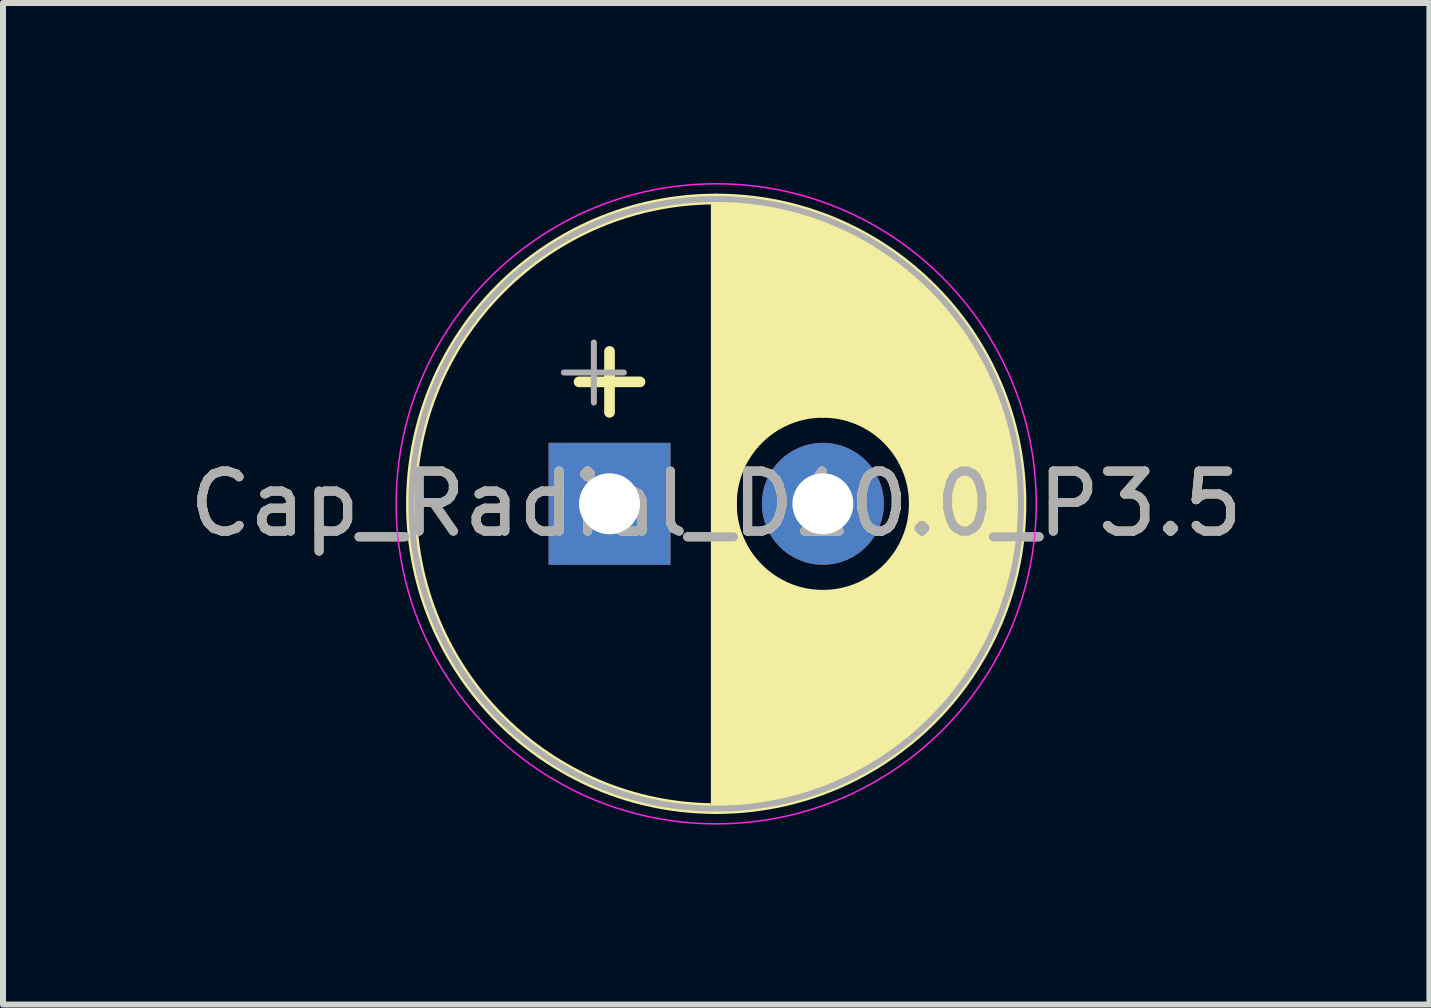
<source format=kicad_pcb>
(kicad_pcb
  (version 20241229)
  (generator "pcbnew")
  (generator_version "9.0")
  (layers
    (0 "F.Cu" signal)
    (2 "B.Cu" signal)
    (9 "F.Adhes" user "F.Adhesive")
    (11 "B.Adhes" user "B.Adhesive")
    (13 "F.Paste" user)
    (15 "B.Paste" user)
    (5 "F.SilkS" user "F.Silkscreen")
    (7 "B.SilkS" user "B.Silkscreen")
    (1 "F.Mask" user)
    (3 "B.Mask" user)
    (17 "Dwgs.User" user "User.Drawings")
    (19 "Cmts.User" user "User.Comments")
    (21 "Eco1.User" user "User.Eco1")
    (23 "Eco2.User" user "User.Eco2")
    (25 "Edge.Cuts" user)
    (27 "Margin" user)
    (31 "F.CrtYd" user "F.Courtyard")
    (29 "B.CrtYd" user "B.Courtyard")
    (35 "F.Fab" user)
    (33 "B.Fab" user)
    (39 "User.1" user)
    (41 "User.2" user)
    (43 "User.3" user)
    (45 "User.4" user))
  (footprint "Cap_Radial_D10.0_P3.5"
    (layer "F.Cu")
    (at 8.887 5.347)
    (property "Reference" "Cap_Radial_D10.0_P3.5" (at 0 0 0) (layer "F.SilkS") (effects (font (size 1 1) (thickness 0.15))))
    (fp_line (start -2.286 -2.032) (end -1.27 -2.032) (stroke (width 0.178) (type solid)) (layer "F.SilkS"))
    (fp_line (start -1.778 -2.54) (end -1.778 -1.524) (stroke (width 0.178) (type solid)) (layer "F.SilkS"))
    (fp_line (start 0 -5.08) (end 0 5.08) (stroke (width 0.178) (type solid)) (layer "F.SilkS"))
    (fp_line (start 0.127 -4.953) (end 0.127 4.953) (stroke (width 0.178) (type solid)) (layer "F.SilkS"))
    (fp_line (start 0.254 -4.953) (end 0.254 4.953) (stroke (width 0.178) (type solid)) (layer "F.SilkS"))
    (fp_line (start 0.381 -4.953) (end 0.381 -0.635) (stroke (width 0.178) (type solid)) (layer "F.SilkS"))
    (fp_line (start 0.381 0.762) (end 0.381 4.953) (stroke (width 0.178) (type solid)) (layer "F.SilkS"))
    (fp_line (start 0.508 -4.953) (end 0.508 -1.016) (stroke (width 0.178) (type solid)) (layer "F.SilkS"))
    (fp_line (start 0.508 1.016) (end 0.508 4.953) (stroke (width 0.178) (type solid)) (layer "F.SilkS"))
    (fp_line (start 0.635 -4.953) (end 0.635 -1.143) (stroke (width 0.178) (type solid)) (layer "F.SilkS"))
    (fp_line (start 0.635 1.143) (end 0.635 4.953) (stroke (width 0.178) (type solid)) (layer "F.SilkS"))
    (fp_line (start 0.762 -4.953) (end 0.762 -1.27) (stroke (width 0.178) (type solid)) (layer "F.SilkS"))
    (fp_line (start 0.762 1.143) (end 0.762 4.953) (stroke (width 0.178) (type solid)) (layer "F.SilkS"))
    (fp_line (start 0.889 -4.953) (end 0.889 -1.27) (stroke (width 0.178) (type solid)) (layer "F.SilkS"))
    (fp_line (start 0.889 1.27) (end 0.889 4.953) (stroke (width 0.178) (type solid)) (layer "F.SilkS"))
    (fp_line (start 1.016 -4.953) (end 1.016 -1.397) (stroke (width 0.178) (type solid)) (layer "F.SilkS"))
    (fp_line (start 1.016 1.397) (end 1.016 4.953) (stroke (width 0.178) (type solid)) (layer "F.SilkS"))
    (fp_line (start 1.143 -4.826) (end 1.143 -1.397) (stroke (width 0.178) (type solid)) (layer "F.SilkS"))
    (fp_line (start 1.143 1.524) (end 1.143 4.826) (stroke (width 0.178) (type solid)) (layer "F.SilkS"))
    (fp_line (start 1.27 -4.826) (end 1.27 -1.524) (stroke (width 0.178) (type solid)) (layer "F.SilkS"))
    (fp_line (start 1.27 1.524) (end 1.27 4.826) (stroke (width 0.178) (type solid)) (layer "F.SilkS"))
    (fp_line (start 1.397 -4.826) (end 1.397 -1.524) (stroke (width 0.178) (type solid)) (layer "F.SilkS"))
    (fp_line (start 1.397 1.524) (end 1.397 4.826) (stroke (width 0.178) (type solid)) (layer "F.SilkS"))
    (fp_line (start 1.524 -4.826) (end 1.524 -1.524) (stroke (width 0.178) (type solid)) (layer "F.SilkS"))
    (fp_line (start 1.524 1.524) (end 1.524 4.826) (stroke (width 0.178) (type solid)) (layer "F.SilkS"))
    (fp_line (start 1.651 -4.699) (end 1.651 -1.524) (stroke (width 0.178) (type solid)) (layer "F.SilkS"))
    (fp_line (start 1.651 1.524) (end 1.651 4.699) (stroke (width 0.178) (type solid)) (layer "F.SilkS"))
    (fp_line (start 1.778 -4.699) (end 1.778 -1.524) (stroke (width 0.178) (type solid)) (layer "F.SilkS"))
    (fp_line (start 1.778 1.524) (end 1.778 4.699) (stroke (width 0.178) (type solid)) (layer "F.SilkS"))
    (fp_line (start 1.905 -4.699) (end 1.905 -1.524) (stroke (width 0.178) (type solid)) (layer "F.SilkS"))
    (fp_line (start 1.905 1.524) (end 1.905 4.699) (stroke (width 0.178) (type solid)) (layer "F.SilkS"))
    (fp_line (start 2.032 -4.572) (end 2.032 -1.524) (stroke (width 0.178) (type solid)) (layer "F.SilkS"))
    (fp_line (start 2.032 1.524) (end 2.032 4.572) (stroke (width 0.178) (type solid)) (layer "F.SilkS"))
    (fp_line (start 2.159 -4.572) (end 2.159 -1.524) (stroke (width 0.178) (type solid)) (layer "F.SilkS"))
    (fp_line (start 2.159 1.524) (end 2.159 4.572) (stroke (width 0.178) (type solid)) (layer "F.SilkS"))
    (fp_line (start 2.286 -4.445) (end 2.286 -1.524) (stroke (width 0.178) (type solid)) (layer "F.SilkS"))
    (fp_line (start 2.286 1.524) (end 2.286 4.445) (stroke (width 0.178) (type solid)) (layer "F.SilkS"))
    (fp_line (start 2.413 -4.445) (end 2.413 -1.524) (stroke (width 0.178) (type solid)) (layer "F.SilkS"))
    (fp_line (start 2.413 1.524) (end 2.413 4.445) (stroke (width 0.178) (type solid)) (layer "F.SilkS"))
    (fp_line (start 2.54 -4.318) (end 2.54 -1.397) (stroke (width 0.178) (type solid)) (layer "F.SilkS"))
    (fp_line (start 2.54 1.397) (end 2.54 4.318) (stroke (width 0.178) (type solid)) (layer "F.SilkS"))
    (fp_line (start 2.667 -4.318) (end 2.667 -1.27) (stroke (width 0.178) (type solid)) (layer "F.SilkS"))
    (fp_line (start 2.667 1.27) (end 2.667 4.191) (stroke (width 0.178) (type solid)) (layer "F.SilkS"))
    (fp_line (start 2.794 -4.191) (end 2.794 -1.27) (stroke (width 0.178) (type solid)) (layer "F.SilkS"))
    (fp_line (start 2.794 1.27) (end 2.794 4.191) (stroke (width 0.178) (type solid)) (layer "F.SilkS"))
    (fp_line (start 2.921 -4.064) (end 2.921 -1.143) (stroke (width 0.178) (type solid)) (layer "F.SilkS"))
    (fp_line (start 2.921 1.016) (end 2.921 4.064) (stroke (width 0.178) (type solid)) (layer "F.SilkS"))
    (fp_line (start 3.048 -3.937) (end 3.048 -0.889) (stroke (width 0.178) (type solid)) (layer "F.SilkS"))
    (fp_line (start 3.048 1.016) (end 3.048 3.937) (stroke (width 0.178) (type solid)) (layer "F.SilkS"))
    (fp_line (start 3.175 -3.937) (end 3.175 -0.762) (stroke (width 0.178) (type solid)) (layer "F.SilkS"))
    (fp_line (start 3.175 0.635) (end 3.175 3.937) (stroke (width 0.178) (type solid)) (layer "F.SilkS"))
    (fp_line (start 3.302 -3.81) (end 3.302 3.81) (stroke (width 0.178) (type solid)) (layer "F.SilkS"))
    (fp_line (start 3.429 -3.683) (end 3.429 3.683) (stroke (width 0.178) (type solid)) (layer "F.SilkS"))
    (fp_line (start 3.556 -3.556) (end 3.556 3.556) (stroke (width 0.178) (type solid)) (layer "F.SilkS"))
    (fp_line (start 3.683 -3.429) (end 3.683 3.429) (stroke (width 0.178) (type solid)) (layer "F.SilkS"))
    (fp_line (start 3.81 -3.302) (end 3.81 3.302) (stroke (width 0.178) (type solid)) (layer "F.SilkS"))
    (fp_line (start 3.937 -3.175) (end 3.937 3.048) (stroke (width 0.178) (type solid)) (layer "F.SilkS"))
    (fp_line (start 4.064 -2.921) (end 4.064 2.921) (stroke (width 0.178) (type solid)) (layer "F.SilkS"))
    (fp_line (start 4.191 -2.794) (end 4.191 2.794) (stroke (width 0.178) (type solid)) (layer "F.SilkS"))
    (fp_line (start 4.318 -2.667) (end 4.318 2.54) (stroke (width 0.178) (type solid)) (layer "F.SilkS"))
    (fp_line (start 4.445 -2.413) (end 4.445 2.413) (stroke (width 0.178) (type solid)) (layer "F.SilkS"))
    (fp_line (start 4.572 -2.159) (end 4.572 2.159) (stroke (width 0.178) (type solid)) (layer "F.SilkS"))
    (fp_line (start 4.699 -1.905) (end 4.699 1.905) (stroke (width 0.178) (type solid)) (layer "F.SilkS"))
    (fp_line (start 4.826 -1.524) (end 4.826 1.397) (stroke (width 0.178) (type solid)) (layer "F.SilkS"))
    (fp_line (start 4.953 -1.016) (end 4.953 1.016) (stroke (width 0.178) (type solid)) (layer "F.SilkS"))
    (fp_circle (center 0 0) (end 5.08 0) (stroke (width 0.178) (type solid)) (fill no) (layer "F.SilkS"))
    (fp_circle (center 1.778 0) (end 3.302 0) (stroke (width 0.178) (type solid)) (fill no) (layer "F.SilkS"))
    (fp_circle (center 0 0) (end 5.334 0) (stroke (width 0.025) (type solid)) (fill no) (layer "F.CrtYd"))
    (fp_line (start -2.539 -2.188) (end -1.539 -2.188) (stroke (width 0.1) (type solid)) (layer "F.Fab"))
    (fp_line (start -2.039 -2.688) (end -2.039 -1.688) (stroke (width 0.1) (type solid)) (layer "F.Fab"))
    (fp_circle (center 0 0) (end 5.08 0) (stroke (width 0.1) (type solid)) (fill no) (layer "F.Fab"))
    (fp_text user "${REFERENCE}" (at 0 0 0) (layer "F.Fab") (effects (font (size 1 1) (thickness 0.15))))
    (pad "N" thru_hole circle (at 1.778 0) (size 2.032 2.032) (drill 1.016) (layers "*.Cu" "*.Mask"))
    (pad "P" thru_hole rect (at -1.778 0) (size 2.032 2.032) (drill 1.016) (layers "*.Cu" "*.Mask")))
  (gr_rect
    (start -3 -3)
    (end 20.774 13.693)
    (stroke (width 0.1) (type default))
    (fill no)
    (layer "Edge.Cuts")))
</source>
